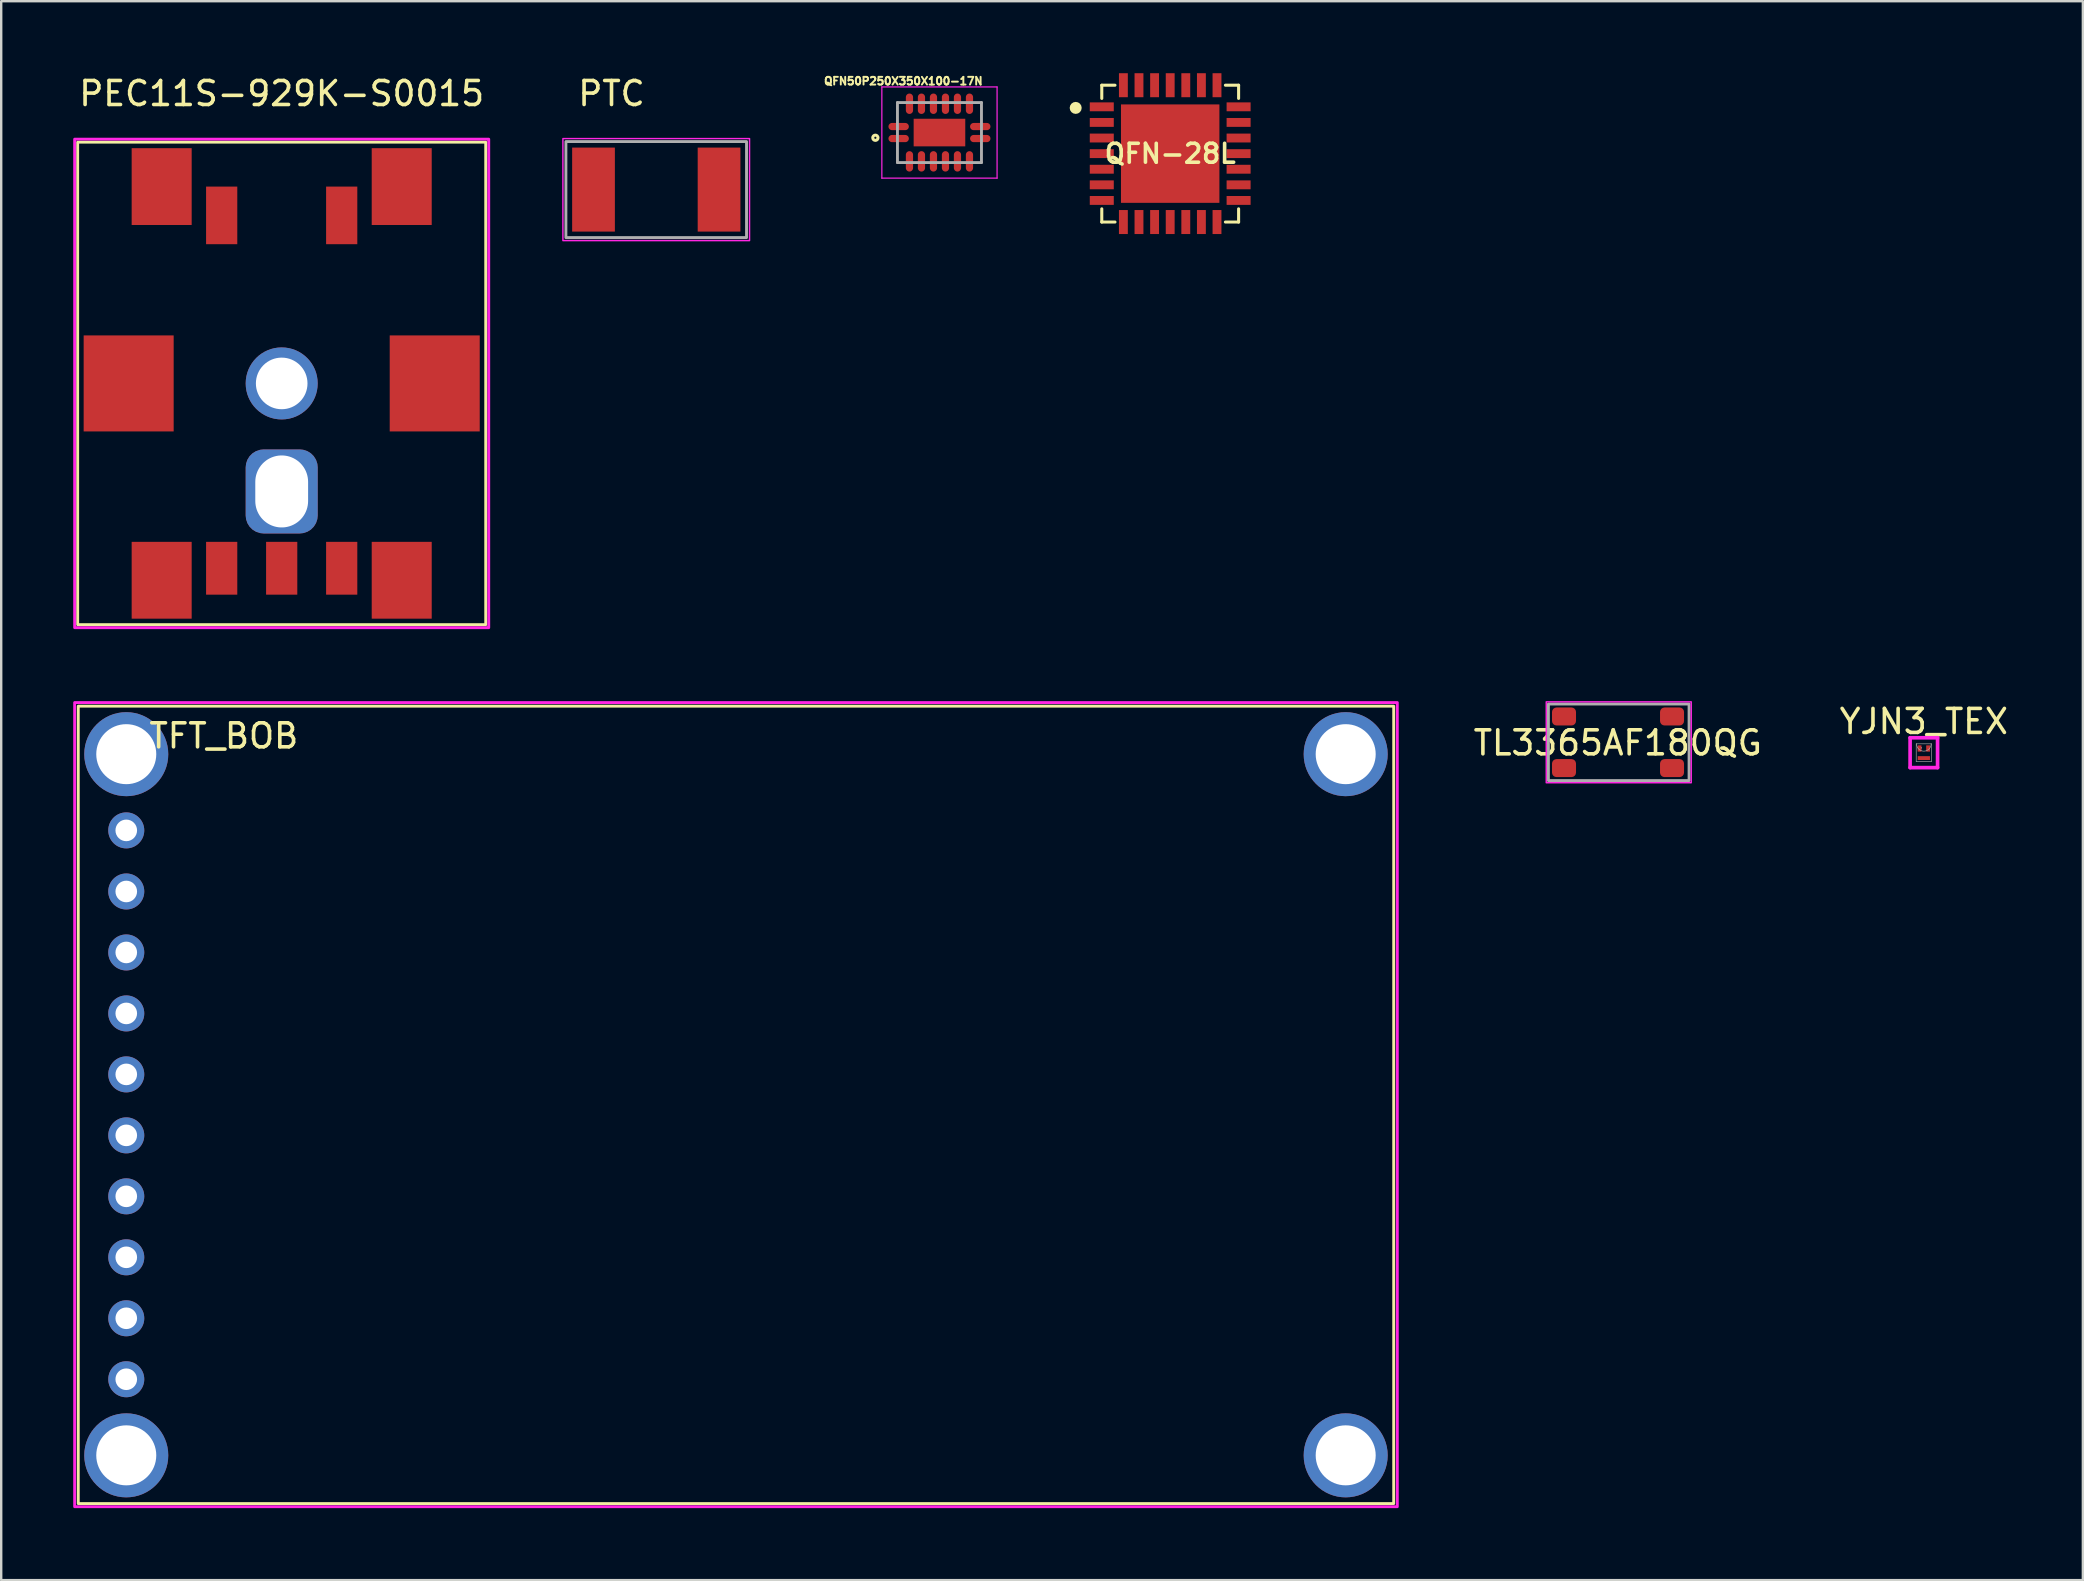
<source format=kicad_pcb>
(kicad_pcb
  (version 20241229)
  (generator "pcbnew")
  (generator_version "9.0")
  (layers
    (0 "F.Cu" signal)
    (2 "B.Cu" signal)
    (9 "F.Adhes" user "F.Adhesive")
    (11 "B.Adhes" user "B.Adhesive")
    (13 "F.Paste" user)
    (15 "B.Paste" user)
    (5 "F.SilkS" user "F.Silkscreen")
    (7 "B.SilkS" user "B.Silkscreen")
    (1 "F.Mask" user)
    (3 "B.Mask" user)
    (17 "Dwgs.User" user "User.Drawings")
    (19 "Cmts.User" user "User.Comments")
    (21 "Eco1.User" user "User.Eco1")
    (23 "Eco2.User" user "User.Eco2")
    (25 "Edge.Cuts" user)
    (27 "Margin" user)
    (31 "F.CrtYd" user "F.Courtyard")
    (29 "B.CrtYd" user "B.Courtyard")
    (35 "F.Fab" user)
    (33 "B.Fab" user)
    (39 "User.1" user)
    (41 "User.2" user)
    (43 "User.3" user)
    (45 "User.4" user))
  (footprint "TL3365AF180QG"
    (layer "F.Cu")
    (at 64.355 27.878)
    (property "Reference" "TL3365AF180QG" (at -0.01 0.02 0) (unlocked yes) (layer "F.SilkS") (effects (font (size 1 1) (thickness 0.15))))
    (attr smd)
    (fp_rect (start -2.99 -1.69) (end 3.05 1.68) (stroke (width 0.06) (type default)) (fill no) (layer "F.CrtYd"))
    (fp_rect (start -2.9 -1.6) (end 2.96 1.59) (stroke (width 0.12) (type default)) (fill no) (layer "F.Fab"))
    (pad "1" smd roundrect (at -2.25 -1.08) (size 1 0.75) (layers "F.Cu" "F.Mask" "F.Paste") (roundrect_rratio 0.25))
    (pad "2" smd roundrect (at -2.25 1.07) (size 1 0.75) (layers "F.Cu" "F.Mask" "F.Paste") (roundrect_rratio 0.25))
    (pad "3" smd roundrect (at 2.25 -1.08) (size 1 0.75) (layers "F.Cu" "F.Mask" "F.Paste") (roundrect_rratio 0.25))
    (pad "4" smd roundrect (at 2.25 1.07) (size 1 0.75) (layers "F.Cu" "F.Mask" "F.Paste") (roundrect_rratio 0.25)))
  (footprint "PEC11S-929K-S0015"
    (layer "F.Cu")
    (at 8.685 12.923)
    (property "Reference" "PEC11S-929K-S0015" (at 0 -12.075 0) (unlocked yes) (layer "F.SilkS") (effects (font (size 1 1) (thickness 0.15))))
    (attr smd)
    (fp_rect (start -8.5 -10.05) (end 8.5 10.05) (stroke (width 0.12) (type default)) (fill no) (layer "F.SilkS"))
    (fp_rect (start -8.625 -10.175) (end 8.625 10.175) (stroke (width 0.12) (type default)) (fill no) (layer "F.CrtYd"))
    (pad "" smd rect (at -6.375 0) (size 3.75 4) (layers "F.Cu" "F.Mask" "F.Paste"))
    (pad "" smd rect (at -5 -8.2) (size 2.5 3.2) (layers "F.Cu" "F.Mask" "F.Paste"))
    (pad "" smd rect (at -5 8.2) (size 2.5 3.2) (layers "F.Cu" "F.Mask" "F.Paste"))
    (pad "" thru_hole circle (at 0 0) (size 3 3) (drill 2.15) (layers "*.Cu" "*.Mask"))
    (pad "" thru_hole roundrect (at 0 4.5) (size 3 3.5) (drill oval 2.2 3) (layers "*.Cu" "*.Mask") (roundrect_rratio 0.25))
    (pad "" smd rect (at 5 -8.2) (size 2.5 3.2) (layers "F.Cu" "F.Mask" "F.Paste"))
    (pad "" smd rect (at 5 8.2) (size 2.5 3.2) (layers "F.Cu" "F.Mask" "F.Paste"))
    (pad "" smd rect (at 6.375 0) (size 3.75 4) (layers "F.Cu" "F.Mask" "F.Paste"))
    (pad "A" smd rect (at -2.5 7.7) (size 1.3 2.2) (layers "F.Cu" "F.Mask" "F.Paste"))
    (pad "B" smd rect (at 2.5 7.7) (size 1.3 2.2) (layers "F.Cu" "F.Mask" "F.Paste"))
    (pad "C" smd rect (at 0 7.7) (size 1.3 2.2) (layers "F.Cu" "F.Mask" "F.Paste"))
    (pad "D" smd rect (at -2.5 -7) (size 1.3 2.4) (layers "F.Cu" "F.Mask" "F.Paste"))
    (pad "E" smd rect (at 2.5 -7) (size 1.3 2.4) (layers "F.Cu" "F.Mask" "F.Paste")))
  (footprint "PTC"
    (layer "F.Cu")
    (at 21.675 4.848)
    (property "Reference" "PTC" (at 0.75 -4 0) (unlocked yes) (layer "F.SilkS") (effects (font (size 1 1) (thickness 0.15))))
    (attr smd)
    (fp_rect (start -1.275 -2.125) (end 6.5 2.125) (stroke (width 0.06) (type default)) (fill no) (layer "F.CrtYd"))
    (fp_rect (start -1.15 -2) (end 6.375 2) (stroke (width 0.12) (type default)) (fill no) (layer "F.Fab"))
    (pad "1" smd rect (at 0 0) (size 1.78 3.5) (layers "F.Cu" "F.Mask" "F.Paste"))
    (pad "1" smd rect (at 5.23 0) (size 1.78 3.5) (layers "F.Cu" "F.Mask" "F.Paste")))
  (footprint "QFN50P250X350X100-17N"
    (layer "F.Cu")
    (at 36.087 2.472)
    (property "Reference" "QFN50P250X350X100-17N" (at -1.504 -2.144 0) (layer "F.SilkS") (effects (font (size 0.321 0.321) (thickness 0.15))))
    (attr smd)
    (fp_circle (center -2.67 0.217) (end -2.561 0.217) (stroke (width 0.127) (type solid)) (fill no) (layer "F.SilkS"))
    (fp_poly (pts (xy -0.807 -0.305) (xy 0.805 -0.305) (xy 0.805 0.306) (xy -0.807 0.306)) (stroke (width 0.01) (type solid)) (fill yes) (layer "F.Paste"))
    (fp_line (start -2.4 -1.9) (end 2.4 -1.9) (stroke (width 0.05) (type solid)) (layer "F.CrtYd"))
    (fp_line (start -2.4 1.9) (end -2.4 -1.9) (stroke (width 0.05) (type solid)) (layer "F.CrtYd"))
    (fp_line (start 2.4 -1.9) (end 2.4 1.9) (stroke (width 0.05) (type solid)) (layer "F.CrtYd"))
    (fp_line (start 2.4 1.9) (end -2.4 1.9) (stroke (width 0.05) (type solid)) (layer "F.CrtYd"))
    (fp_line (start -1.75 -1.25) (end -1.75 1.25) (stroke (width 0.12) (type solid)) (layer "F.Fab"))
    (fp_line (start 1.75 -1.25) (end -1.75 -1.25) (stroke (width 0.12) (type solid)) (layer "F.Fab"))
    (fp_line (start 1.75 -1.25) (end 1.75 1.25) (stroke (width 0.12) (type solid)) (layer "F.Fab"))
    (fp_line (start 1.75 1.25) (end -1.75 1.25) (stroke (width 0.12) (type solid)) (layer "F.Fab"))
    (pad "" smd rect (at 0 0) (size 2.15 1.15) (layers "F.Cu" "F.Mask"))
    (pad "1" smd oval (at -1.7 0.25 180) (size 0.85 0.3) (layers "F.Cu" "F.Mask" "F.Paste"))
    (pad "2" smd oval (at -1.25 1.2 90) (size 0.85 0.3) (layers "F.Cu" "F.Mask" "F.Paste"))
    (pad "3" smd oval (at -0.75 1.2 90) (size 0.85 0.3) (layers "F.Cu" "F.Mask" "F.Paste"))
    (pad "4" smd oval (at -0.25 1.2 90) (size 0.85 0.3) (layers "F.Cu" "F.Mask" "F.Paste"))
    (pad "5" smd oval (at 0.25 1.2 90) (size 0.85 0.3) (layers "F.Cu" "F.Mask" "F.Paste"))
    (pad "6" smd oval (at 0.75 1.2 90) (size 0.85 0.3) (layers "F.Cu" "F.Mask" "F.Paste"))
    (pad "7" smd oval (at 1.25 1.2 90) (size 0.85 0.3) (layers "F.Cu" "F.Mask" "F.Paste"))
    (pad "8" smd oval (at 1.7 0.25 180) (size 0.85 0.3) (layers "F.Cu" "F.Mask" "F.Paste"))
    (pad "9" smd oval (at 1.7 -0.25 180) (size 0.85 0.3) (layers "F.Cu" "F.Mask" "F.Paste"))
    (pad "10" smd oval (at 1.25 -1.2 90) (size 0.85 0.3) (layers "F.Cu" "F.Mask" "F.Paste"))
    (pad "11" smd oval (at 0.75 -1.2 90) (size 0.85 0.3) (layers "F.Cu" "F.Mask" "F.Paste"))
    (pad "12" smd oval (at 0.25 -1.2 90) (size 0.85 0.3) (layers "F.Cu" "F.Mask" "F.Paste"))
    (pad "13" smd oval (at -0.25 -1.2 90) (size 0.85 0.3) (layers "F.Cu" "F.Mask" "F.Paste"))
    (pad "14" smd oval (at -0.75 -1.2 90) (size 0.85 0.3) (layers "F.Cu" "F.Mask" "F.Paste"))
    (pad "15" smd oval (at -1.25 -1.2 90) (size 0.85 0.3) (layers "F.Cu" "F.Mask" "F.Paste"))
    (pad "16" smd oval (at -1.7 -0.25 180) (size 0.85 0.3) (layers "F.Cu" "F.Mask" "F.Paste")))
  (footprint "QFN-28L"
    (layer "F.Cu")
    (at 45.699 3.35)
    (property "Reference" "QFN-28L" (at 0 0 0) (layer "F.SilkS") (effects (font (size 0.787 0.787) (thickness 0.15))))
    (attr smd)
    (fp_line (start -2.85 -2.85) (end -2.85 -2.3) (stroke (width 0.127) (type solid)) (layer "F.SilkS"))
    (fp_line (start -2.85 2.3) (end -2.85 2.85) (stroke (width 0.127) (type solid)) (layer "F.SilkS"))
    (fp_line (start -2.85 2.85) (end -2.3 2.85) (stroke (width 0.127) (type solid)) (layer "F.SilkS"))
    (fp_line (start -2.3 -2.85) (end -2.85 -2.85) (stroke (width 0.127) (type solid)) (layer "F.SilkS"))
    (fp_line (start 2.3 -2.85) (end 2.85 -2.85) (stroke (width 0.127) (type solid)) (layer "F.SilkS"))
    (fp_line (start 2.85 -2.85) (end 2.85 -2.3) (stroke (width 0.127) (type solid)) (layer "F.SilkS"))
    (fp_line (start 2.85 2.3) (end 2.85 2.85) (stroke (width 0.127) (type solid)) (layer "F.SilkS"))
    (fp_line (start 2.85 2.85) (end 2.3 2.85) (stroke (width 0.127) (type solid)) (layer "F.SilkS"))
    (fp_circle (center -3.937 -1.905) (end -3.812 -1.905) (stroke (width 0.25) (type solid)) (fill no) (layer "F.SilkS"))
    (pad "1" smd rect (at -2.85 -1.95) (size 1 0.37) (layers "F.Cu" "F.Mask" "F.Paste"))
    (pad "2" smd rect (at -2.85 -1.3) (size 1 0.37) (layers "F.Cu" "F.Mask" "F.Paste"))
    (pad "3" smd rect (at -2.85 -0.65) (size 1 0.37) (layers "F.Cu" "F.Mask" "F.Paste"))
    (pad "4" smd rect (at -2.85 0) (size 1 0.37) (layers "F.Cu" "F.Mask" "F.Paste"))
    (pad "5" smd rect (at -2.85 0.65) (size 1 0.37) (layers "F.Cu" "F.Mask" "F.Paste"))
    (pad "6" smd rect (at -2.85 1.3) (size 1 0.37) (layers "F.Cu" "F.Mask" "F.Paste"))
    (pad "7" smd rect (at -2.85 1.95) (size 1 0.37) (layers "F.Cu" "F.Mask" "F.Paste"))
    (pad "8" smd rect (at -1.95 2.85 90) (size 1 0.37) (layers "F.Cu" "F.Mask" "F.Paste"))
    (pad "9" smd rect (at -1.3 2.85 90) (size 1 0.37) (layers "F.Cu" "F.Mask" "F.Paste"))
    (pad "10" smd rect (at -0.65 2.85 90) (size 1 0.37) (layers "F.Cu" "F.Mask" "F.Paste"))
    (pad "11" smd rect (at 0 2.85 90) (size 1 0.37) (layers "F.Cu" "F.Mask" "F.Paste"))
    (pad "12" smd rect (at 0.65 2.85 90) (size 1 0.37) (layers "F.Cu" "F.Mask" "F.Paste"))
    (pad "13" smd rect (at 1.3 2.85 90) (size 1 0.37) (layers "F.Cu" "F.Mask" "F.Paste"))
    (pad "14" smd rect (at 1.95 2.85 90) (size 1 0.37) (layers "F.Cu" "F.Mask" "F.Paste"))
    (pad "15" smd rect (at 2.85 1.95 180) (size 1 0.37) (layers "F.Cu" "F.Mask" "F.Paste"))
    (pad "16" smd rect (at 2.85 1.3 180) (size 1 0.37) (layers "F.Cu" "F.Mask" "F.Paste"))
    (pad "17" smd rect (at 2.85 0.65 180) (size 1 0.37) (layers "F.Cu" "F.Mask" "F.Paste"))
    (pad "18" smd rect (at 2.85 0 180) (size 1 0.37) (layers "F.Cu" "F.Mask" "F.Paste"))
    (pad "19" smd rect (at 2.85 -0.65 180) (size 1 0.37) (layers "F.Cu" "F.Mask" "F.Paste"))
    (pad "20" smd rect (at 2.85 -1.3 180) (size 1 0.37) (layers "F.Cu" "F.Mask" "F.Paste"))
    (pad "21" smd rect (at 2.85 -1.95 180) (size 1 0.37) (layers "F.Cu" "F.Mask" "F.Paste"))
    (pad "22" smd rect (at 1.95 -2.85 270) (size 1 0.37) (layers "F.Cu" "F.Mask" "F.Paste"))
    (pad "23" smd rect (at 1.3 -2.85 270) (size 1 0.37) (layers "F.Cu" "F.Mask" "F.Paste"))
    (pad "24" smd rect (at 0.65 -2.85 270) (size 1 0.37) (layers "F.Cu" "F.Mask" "F.Paste"))
    (pad "25" smd rect (at 0 -2.85 270) (size 1 0.37) (layers "F.Cu" "F.Mask" "F.Paste"))
    (pad "26" smd rect (at -0.65 -2.85 270) (size 1 0.37) (layers "F.Cu" "F.Mask" "F.Paste"))
    (pad "27" smd rect (at -1.3 -2.85 270) (size 1 0.37) (layers "F.Cu" "F.Mask" "F.Paste"))
    (pad "28" smd rect (at -1.95 -2.85 270) (size 1 0.37) (layers "F.Cu" "F.Mask" "F.Paste"))
    (pad "29" smd rect (at 0 0) (size 4.1 4.1) (layers "F.Cu" "F.Mask" "F.Paste")))
  (footprint "YJN3_TEX"
    (layer "F.Cu")
    (at 77.095 28.306)
    (property "Reference" "YJN3_TEX" (at 0 -1.3 0) (unlocked yes) (layer "F.SilkS") (effects (font (size 1 1) (thickness 0.15))))
    (attr smd)
    (fp_poly (pts (xy -0.254 -0.302) (xy -0.254 -0.048) (xy -0.102 -0.048) (xy -0.102 -0.302)) (stroke (width 0) (type solid)) (fill yes) (layer "F.Mask"))
    (fp_poly (pts (xy -0.254 0.149) (xy -0.254 0.301) (xy 0.254 0.301) (xy 0.254 0.149)) (stroke (width 0) (type solid)) (fill yes) (layer "F.Mask"))
    (fp_poly (pts (xy 0.102 -0.302) (xy 0.102 -0.048) (xy 0.254 -0.048) (xy 0.254 -0.302)) (stroke (width 0) (type solid)) (fill yes) (layer "F.Mask"))
    (fp_poly (pts (xy -0.254 -0.302) (xy -0.254 -0.048) (xy -0.102 -0.048) (xy -0.102 -0.302)) (stroke (width 0) (type solid)) (fill yes) (layer "F.Paste"))
    (fp_poly (pts (xy 0.102 -0.302) (xy 0.102 -0.048) (xy 0.254 -0.048) (xy 0.254 -0.302)) (stroke (width 0) (type solid)) (fill yes) (layer "F.Paste"))
    (fp_line (start -0.572 -0.622) (end -0.572 0.622) (stroke (width 0.152) (type solid)) (layer "F.CrtYd"))
    (fp_line (start -0.572 0.622) (end 0.572 0.622) (stroke (width 0.152) (type solid)) (layer "F.CrtYd"))
    (fp_line (start 0.572 -0.622) (end -0.572 -0.622) (stroke (width 0.152) (type solid)) (layer "F.CrtYd"))
    (fp_line (start 0.572 0.622) (end 0.572 -0.622) (stroke (width 0.152) (type solid)) (layer "F.CrtYd"))
    (fp_line (start -0.318 -0.368) (end -0.318 0.368) (stroke (width 0.025) (type solid)) (layer "F.Fab"))
    (fp_line (start -0.318 0.368) (end 0.318 0.368) (stroke (width 0.025) (type solid)) (layer "F.Fab"))
    (fp_line (start 0.318 -0.368) (end -0.318 -0.368) (stroke (width 0.025) (type solid)) (layer "F.Fab"))
    (fp_line (start 0.318 0.368) (end 0.318 -0.368) (stroke (width 0.025) (type solid)) (layer "F.Fab"))
    (fp_arc (start 0.3048 -0.3683) (mid 0 -0.0635) (end -0.3048 -0.3683) (stroke (width 0.0254) (type solid)) (layer "F.Fab"))
    (fp_circle (center -0.102 -0.2) (end -0.102 -0.2) (stroke (width 0.025) (type solid)) (fill no) (layer "F.Fab"))
    (pad "1" smd rect (at 0.178 -0.175) (size 0.16 0.26) (layers "F.Cu" "F.Mask" "F.Paste"))
    (pad "2" smd rect (at 0 0.225) (size 0.51 0.16) (layers "F.Cu" "F.Mask" "F.Paste"))
    (pad "3" smd rect (at -0.178 -0.175) (size 0.16 0.26) (layers "F.Cu" "F.Mask" "F.Paste")))
  (footprint "TFT_BOB"
    (layer "F.Cu")
    (at 2.21 28.368)
    (property "Reference" "TFT_BOB" (at 4.064 -0.762 0) (unlocked yes) (layer "F.SilkS") (effects (font (size 1 1) (thickness 0.15))))
    (attr through_hole)
    (fp_rect (start -2 -2) (end 52.8 31.22) (stroke (width 0.12) (type default)) (fill no) (layer "F.SilkS"))
    (fp_rect (start -2.15 -2.15) (end 52.95 31.35) (stroke (width 0.12) (type default)) (fill no) (layer "F.CrtYd"))
    (pad "" thru_hole circle (at 0 0) (size 3.5 3.5) (drill 2.5) (layers "*.Cu" "*.Mask"))
    (pad "" thru_hole circle (at 0 29.21) (size 3.5 3.5) (drill 2.5) (layers "*.Cu" "*.Mask"))
    (pad "" thru_hole circle (at 50.8 0) (size 3.5 3.5) (drill 2.5) (layers "*.Cu" "*.Mask"))
    (pad "" thru_hole circle (at 50.8 29.21) (size 3.5 3.5) (drill 2.5) (layers "*.Cu" "*.Mask"))
    (pad "1" thru_hole circle (at 0 3.175) (size 1.5 1.5) (drill 0.9) (layers "*.Cu" "*.Mask"))
    (pad "2" thru_hole circle (at 0 5.72) (size 1.5 1.5) (drill 0.9) (layers "*.Cu" "*.Mask"))
    (pad "3" thru_hole circle (at 0 8.26) (size 1.5 1.5) (drill 0.9) (layers "*.Cu" "*.Mask"))
    (pad "4" thru_hole circle (at 0 10.8) (size 1.5 1.5) (drill 0.9) (layers "*.Cu" "*.Mask"))
    (pad "5" thru_hole circle (at 0 13.34) (size 1.5 1.5) (drill 0.9) (layers "*.Cu" "*.Mask"))
    (pad "6" thru_hole circle (at 0 15.88) (size 1.5 1.5) (drill 0.9) (layers "*.Cu" "*.Mask"))
    (pad "7" thru_hole circle (at 0 18.42 180) (size 1.5 1.5) (drill 0.9) (layers "*.Cu" "*.Mask"))
    (pad "8" thru_hole circle (at 0 20.96 180) (size 1.5 1.5) (drill 0.9) (layers "*.Cu" "*.Mask"))
    (pad "9" thru_hole circle (at 0 23.5 180) (size 1.5 1.5) (drill 0.9) (layers "*.Cu" "*.Mask"))
    (pad "10" thru_hole circle (at 0 26.04 180) (size 1.5 1.5) (drill 0.9) (layers "*.Cu" "*.Mask")))
  (gr_rect
    (start -3 -3)
    (end 83.72 62.778)
    (stroke (width 0.1) (type default))
    (fill no)
    (layer "Edge.Cuts")))
</source>
